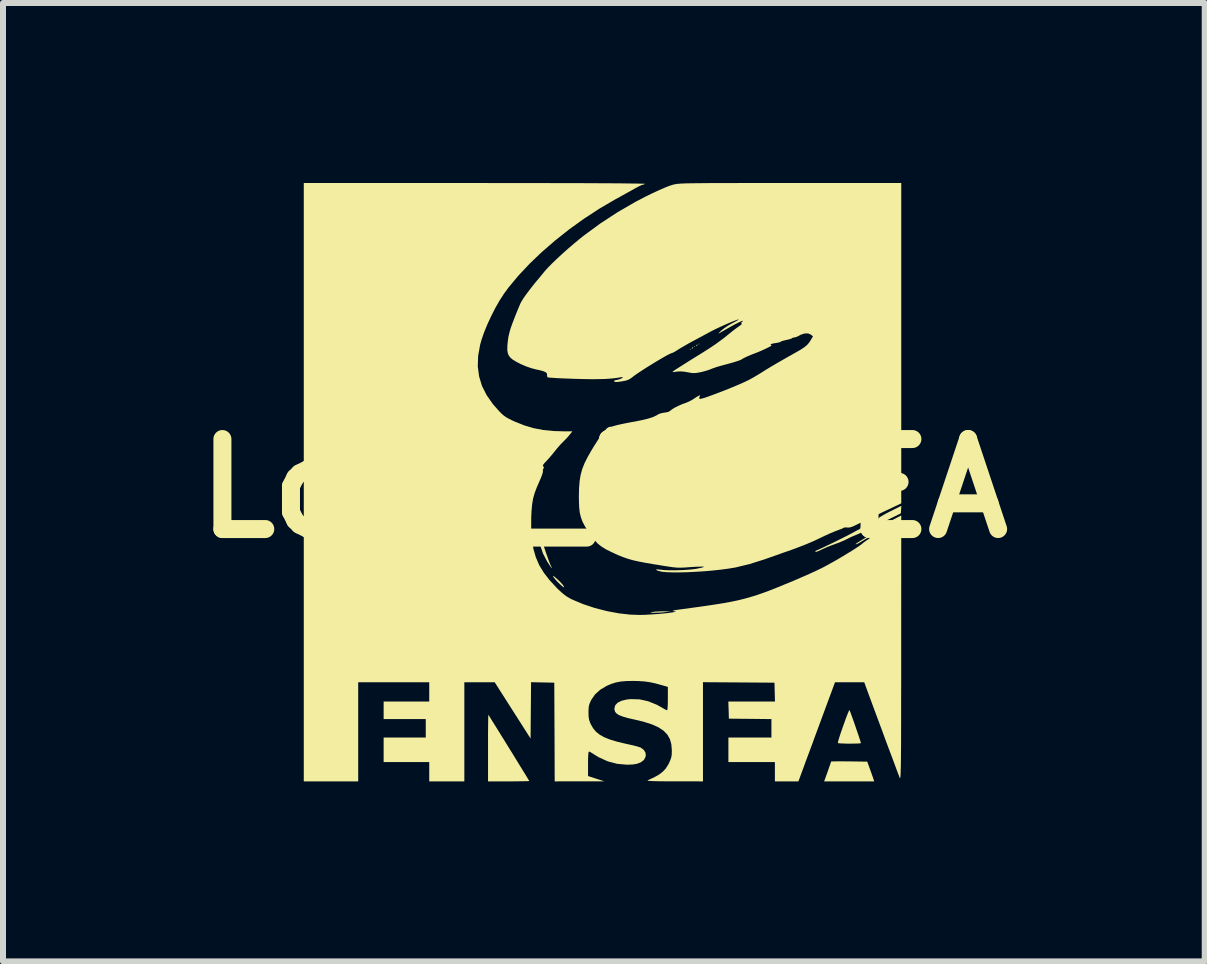
<source format=kicad_pcb>
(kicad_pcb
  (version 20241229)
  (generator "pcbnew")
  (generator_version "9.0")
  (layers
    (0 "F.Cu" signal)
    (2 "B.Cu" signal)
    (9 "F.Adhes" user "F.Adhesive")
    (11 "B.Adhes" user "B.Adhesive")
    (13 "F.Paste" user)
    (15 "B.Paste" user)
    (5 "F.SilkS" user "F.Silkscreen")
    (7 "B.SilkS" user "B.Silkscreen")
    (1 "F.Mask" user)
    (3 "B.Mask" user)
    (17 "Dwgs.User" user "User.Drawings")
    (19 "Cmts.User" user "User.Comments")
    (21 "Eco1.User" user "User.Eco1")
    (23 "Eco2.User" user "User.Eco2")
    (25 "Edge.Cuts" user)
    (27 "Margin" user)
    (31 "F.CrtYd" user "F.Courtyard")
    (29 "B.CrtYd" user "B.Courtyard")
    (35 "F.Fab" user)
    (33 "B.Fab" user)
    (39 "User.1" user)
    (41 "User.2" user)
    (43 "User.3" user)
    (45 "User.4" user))
  (footprint "Logo_ENSEA"
    (layer "F.Cu")
    (at 7.014 5.089)
    (property "Reference" "Logo_ENSEA" (at 0 0 0) (layer "F.SilkS") (effects (font (size 1.5 1.5) (thickness 0.3))))
    (attr board_only exclude_from_pos_files exclude_from_bom)
    (fp_poly (pts (xy 1.448 -2.318) (xy 1.44 -2.31) (xy 1.433 -2.318) (xy 1.44 -2.325)) (stroke (width 0) (type solid)) (fill yes) (layer "F.SilkS"))
    (fp_poly (pts (xy 1.521 -2.362) (xy 1.513 -2.354) (xy 1.506 -2.362) (xy 1.513 -2.369)) (stroke (width 0) (type solid)) (fill yes) (layer "F.SilkS"))
    (fp_poly (pts (xy 1.594 -2.405) (xy 1.587 -2.398) (xy 1.579 -2.405) (xy 1.587 -2.413)) (stroke (width 0) (type solid)) (fill yes) (layer "F.SilkS"))
    (fp_poly (pts (xy 1.487 -2.345) (xy 1.484 -2.34) (xy 1.47 -2.326) (xy 1.468 -2.325) (xy 1.467 -2.334) (xy 1.47 -2.34) (xy 1.483 -2.354) (xy 1.486 -2.354)) (stroke (width 0) (type solid)) (fill yes) (layer "F.SilkS"))
    (fp_poly (pts (xy 1.56 -2.389) (xy 1.557 -2.384) (xy 1.544 -2.37) (xy 1.541 -2.369) (xy 1.54 -2.378) (xy 1.543 -2.384) (xy 1.556 -2.397) (xy 1.559 -2.398)) (stroke (width 0) (type solid)) (fill yes) (layer "F.SilkS"))
    (fp_poly (pts (xy 0.994 2.05) (xy 1.119 2.052) (xy 1.031 2.062) (xy 0.965 2.069) (xy 0.891 2.072) (xy 0.848 2.073) (xy 0.799 2.073) (xy 0.777 2.071) (xy 0.78 2.068) (xy 0.805 2.062) (xy 0.812 2.061) (xy 0.854 2.055) (xy 0.915 2.052) (xy 0.981 2.05)) (stroke (width 0) (type solid)) (fill yes) (layer "F.SilkS"))
    (fp_poly (pts (xy -0.839 1.462) (xy -0.815 1.479) (xy -0.783 1.507) (xy -0.746 1.541) (xy -0.712 1.576) (xy -0.684 1.608) (xy -0.671 1.627) (xy -0.662 1.649) (xy -0.672 1.648) (xy -0.701 1.626) (xy -0.748 1.581) (xy -0.763 1.567) (xy -0.802 1.525) (xy -0.832 1.489) (xy -0.847 1.465) (xy -0.848 1.461)) (stroke (width 0) (type solid)) (fill yes) (layer "F.SilkS"))
    (fp_poly (pts (xy 4.063 4.551) (xy 4.089 4.551) (xy 4.39 4.555) (xy 4.438 4.687) (xy 4.46 4.748) (xy 4.479 4.802) (xy 4.492 4.84) (xy 4.495 4.851) (xy 4.506 4.884) (xy 4.089 4.884) (xy 3.672 4.884) (xy 3.73 4.723) (xy 3.752 4.659) (xy 3.771 4.606) (xy 3.783 4.569) (xy 3.787 4.554) (xy 3.801 4.552) (xy 3.84 4.551) (xy 3.9 4.55) (xy 3.975 4.55)) (stroke (width 0) (type solid)) (fill yes) (layer "F.SilkS"))
    (fp_poly (pts (xy -1.068 0.737) (xy -1.052 0.793) (xy -1.039 0.841) (xy -1.019 0.906) (xy -0.995 0.982) (xy -0.968 1.063) (xy -0.941 1.14) (xy -0.916 1.209) (xy -0.896 1.261) (xy -0.884 1.289) (xy -0.868 1.321) (xy -0.867 1.331) (xy -0.878 1.319) (xy -0.901 1.287) (xy -0.933 1.237) (xy -0.944 1.221) (xy -1.015 1.084) (xy -1.065 0.937) (xy -1.091 0.796) (xy -1.094 0.739) (xy -1.091 0.71) (xy -1.081 0.71)) (stroke (width 0) (type solid)) (fill yes) (layer "F.SilkS"))
    (fp_poly (pts (xy 4.101 3.711) (xy 4.116 3.75) (xy 4.136 3.806) (xy 4.161 3.875) (xy 4.187 3.949) (xy 4.213 4.026) (xy 4.238 4.098) (xy 4.259 4.161) (xy 4.275 4.21) (xy 4.283 4.24) (xy 4.285 4.246) (xy 4.271 4.25) (xy 4.235 4.253) (xy 4.183 4.254) (xy 4.121 4.255) (xy 4.056 4.255) (xy 3.995 4.253) (xy 3.945 4.251) (xy 3.911 4.248) (xy 3.901 4.244) (xy 3.903 4.227) (xy 3.913 4.188) (xy 3.93 4.133) (xy 3.952 4.067) (xy 3.977 3.994) (xy 4.004 3.919) (xy 4.029 3.848) (xy 4.053 3.785) (xy 4.073 3.735) (xy 4.087 3.704) (xy 4.094 3.695)) (stroke (width 0) (type solid)) (fill yes) (layer "F.SilkS"))
    (fp_poly (pts (xy -1.915 3.788) (xy -1.893 3.824) (xy -1.859 3.879) (xy -1.815 3.949) (xy -1.764 4.031) (xy -1.707 4.123) (xy -1.646 4.221) (xy -1.584 4.322) (xy -1.521 4.423) (xy -1.461 4.521) (xy -1.404 4.614) (xy -1.353 4.697) (xy -1.309 4.768) (xy -1.275 4.824) (xy -1.253 4.861) (xy -1.243 4.877) (xy -1.243 4.878) (xy -1.257 4.88) (xy -1.296 4.881) (xy -1.356 4.882) (xy -1.434 4.883) (xy -1.524 4.884) (xy -1.587 4.884) (xy -1.93 4.884) (xy -1.93 4.326) (xy -1.93 4.202) (xy -1.93 4.087) (xy -1.929 3.986) (xy -1.928 3.901) (xy -1.927 3.835) (xy -1.926 3.792) (xy -1.925 3.774) (xy -1.925 3.774)) (stroke (width 0) (type solid)) (fill yes) (layer "F.SilkS"))
    (fp_poly (pts (xy 4.954 0.354) (xy 4.95 0.417) (xy 4.635 0.573) (xy 4.539 0.62) (xy 4.444 0.666) (xy 4.356 0.708) (xy 4.281 0.743) (xy 4.223 0.768) (xy 4.204 0.776) (xy 4.144 0.801) (xy 4.089 0.826) (xy 4.049 0.846) (xy 4.042 0.85) (xy 4.008 0.867) (xy 3.956 0.889) (xy 3.893 0.914) (xy 3.859 0.926) (xy 3.792 0.951) (xy 3.727 0.977) (xy 3.676 0.999) (xy 3.659 1.007) (xy 3.593 1.039) (xy 3.549 1.056) (xy 3.528 1.058) (xy 3.524 1.052) (xy 3.534 1.039) (xy 3.537 1.038) (xy 3.554 1.032) (xy 3.592 1.015) (xy 3.647 0.989) (xy 3.714 0.957) (xy 3.79 0.921) (xy 3.868 0.883) (xy 3.944 0.845) (xy 4.015 0.81) (xy 4.075 0.779) (xy 4.119 0.756) (xy 4.138 0.746) (xy 4.169 0.728) (xy 4.22 0.701) (xy 4.285 0.666) (xy 4.358 0.629) (xy 4.39 0.612) (xy 4.459 0.576) (xy 4.516 0.543) (xy 4.558 0.517) (xy 4.581 0.5) (xy 4.583 0.496) (xy 4.593 0.485) (xy 4.625 0.465) (xy 4.674 0.436) (xy 4.736 0.403) (xy 4.767 0.387) (xy 4.959 0.291)) (stroke (width 0) (type solid)) (fill yes) (layer "F.SilkS"))
    (fp_poly (pts (xy 4.957 -2.42) (xy 4.957 0.25) (xy 4.793 0.328) (xy 4.717 0.364) (xy 4.626 0.407) (xy 4.529 0.454) (xy 4.437 0.498) (xy 4.416 0.508) (xy 4.339 0.545) (xy 4.267 0.579) (xy 4.207 0.608) (xy 4.163 0.629) (xy 4.149 0.636) (xy 4.095 0.653) (xy 4.052 0.653) (xy 4.018 0.651) (xy 3.998 0.657) (xy 3.978 0.668) (xy 3.939 0.684) (xy 3.89 0.702) (xy 3.834 0.724) (xy 3.763 0.754) (xy 3.69 0.787) (xy 3.656 0.803) (xy 3.514 0.871) (xy 3.377 0.93) (xy 3.234 0.986) (xy 3.076 1.044) (xy 3.056 1.05) (xy 2.964 1.082) (xy 2.864 1.118) (xy 2.767 1.152) (xy 2.685 1.181) (xy 2.676 1.184) (xy 2.433 1.261) (xy 2.198 1.318) (xy 2.079 1.338) (xy 1.951 1.355) (xy 1.814 1.37) (xy 1.673 1.382) (xy 1.531 1.391) (xy 1.393 1.398) (xy 1.265 1.401) (xy 1.15 1.401) (xy 1.052 1.398) (xy 0.977 1.391) (xy 0.95 1.386) (xy 0.9 1.373) (xy 0.874 1.361) (xy 0.872 1.353) (xy 0.896 1.351) (xy 0.936 1.355) (xy 1.015 1.363) (xy 1.114 1.366) (xy 1.224 1.365) (xy 1.337 1.361) (xy 1.444 1.353) (xy 1.535 1.342) (xy 1.566 1.336) (xy 1.628 1.323) (xy 1.662 1.313) (xy 1.669 1.307) (xy 1.647 1.304) (xy 1.597 1.305) (xy 1.519 1.308) (xy 1.438 1.313) (xy 1.374 1.318) (xy 1.322 1.321) (xy 1.277 1.322) (xy 1.235 1.322) (xy 1.191 1.319) (xy 1.139 1.313) (xy 1.076 1.304) (xy 0.997 1.292) (xy 0.896 1.275) (xy 0.819 1.263) (xy 0.687 1.24) (xy 0.577 1.219) (xy 0.484 1.198) (xy 0.401 1.174) (xy 0.323 1.147) (xy 0.242 1.115) (xy 0.153 1.074) (xy 0.127 1.062) (xy 0.034 1.016) (xy -0.04 0.97) (xy -0.103 0.92) (xy -0.16 0.859) (xy -0.219 0.781) (xy -0.263 0.715) (xy -0.316 0.631) (xy -0.355 0.557) (xy -0.382 0.484) (xy -0.401 0.407) (xy -0.411 0.319) (xy -0.415 0.213) (xy -0.416 0.132) (xy -0.413 -0.003) (xy -0.404 -0.119) (xy -0.387 -0.222) (xy -0.361 -0.319) (xy -0.323 -0.416) (xy -0.271 -0.52) (xy -0.204 -0.637) (xy -0.169 -0.695) (xy -0.097 -0.808) (xy -0.037 -0.896) (xy 0.013 -0.96) (xy 0.052 -1.002) (xy 0.083 -1.021) (xy 0.094 -1.024) (xy 0.129 -1.028) (xy 0.175 -1.041) (xy 0.188 -1.045) (xy 0.225 -1.055) (xy 0.283 -1.068) (xy 0.355 -1.083) (xy 0.436 -1.099) (xy 0.464 -1.104) (xy 0.612 -1.132) (xy 0.731 -1.16) (xy 0.821 -1.189) (xy 0.882 -1.218) (xy 0.895 -1.227) (xy 0.929 -1.244) (xy 0.979 -1.257) (xy 1.008 -1.261) (xy 1.073 -1.273) (xy 1.11 -1.295) (xy 1.111 -1.296) (xy 1.138 -1.318) (xy 1.186 -1.347) (xy 1.245 -1.376) (xy 1.308 -1.404) (xy 1.367 -1.425) (xy 1.368 -1.425) (xy 1.413 -1.444) (xy 1.467 -1.472) (xy 1.505 -1.496) (xy 1.554 -1.528) (xy 1.588 -1.546) (xy 1.605 -1.55) (xy 1.601 -1.537) (xy 1.597 -1.531) (xy 1.589 -1.506) (xy 1.592 -1.495) (xy 1.604 -1.491) (xy 1.634 -1.496) (xy 1.683 -1.51) (xy 1.754 -1.535) (xy 1.85 -1.57) (xy 1.851 -1.571) (xy 2.004 -1.629) (xy 2.133 -1.681) (xy 2.243 -1.727) (xy 2.338 -1.769) (xy 2.421 -1.809) (xy 2.496 -1.85) (xy 2.568 -1.893) (xy 2.622 -1.926) (xy 2.688 -1.968) (xy 2.775 -2.021) (xy 2.875 -2.08) (xy 2.983 -2.142) (xy 3.092 -2.204) (xy 3.193 -2.261) (xy 3.277 -2.309) (xy 3.339 -2.35) (xy 3.385 -2.387) (xy 3.42 -2.427) (xy 3.446 -2.467) (xy 3.486 -2.534) (xy 3.45 -2.562) (xy 3.405 -2.582) (xy 3.346 -2.581) (xy 3.282 -2.56) (xy 3.253 -2.544) (xy 3.213 -2.524) (xy 3.179 -2.515) (xy 3.176 -2.515) (xy 3.148 -2.51) (xy 3.138 -2.502) (xy 3.12 -2.493) (xy 3.083 -2.482) (xy 3.042 -2.473) (xy 2.995 -2.462) (xy 2.96 -2.451) (xy 2.947 -2.443) (xy 2.93 -2.435) (xy 2.892 -2.426) (xy 2.859 -2.421) (xy 2.815 -2.413) (xy 2.786 -2.404) (xy 2.778 -2.397) (xy 2.79 -2.384) (xy 2.797 -2.383) (xy 2.794 -2.378) (xy 2.771 -2.364) (xy 2.731 -2.343) (xy 2.681 -2.319) (xy 2.625 -2.294) (xy 2.571 -2.271) (xy 2.53 -2.255) (xy 2.463 -2.229) (xy 2.4 -2.203) (xy 2.349 -2.179) (xy 2.315 -2.161) (xy 2.306 -2.155) (xy 2.282 -2.141) (xy 2.234 -2.123) (xy 2.161 -2.1) (xy 2.06 -2.072) (xy 2.018 -2.061) (xy 1.945 -2.041) (xy 1.877 -2.021) (xy 1.822 -2.002) (xy 1.791 -1.99) (xy 1.748 -1.973) (xy 1.688 -1.955) (xy 1.624 -1.938) (xy 1.62 -1.937) (xy 1.554 -1.925) (xy 1.505 -1.92) (xy 1.46 -1.923) (xy 1.422 -1.93) (xy 1.343 -1.944) (xy 1.28 -1.949) (xy 1.219 -1.946) (xy 1.184 -1.941) (xy 1.159 -1.937) (xy 1.146 -1.938) (xy 1.149 -1.945) (xy 1.169 -1.961) (xy 1.209 -1.988) (xy 1.272 -2.028) (xy 1.28 -2.033) (xy 1.349 -2.077) (xy 1.435 -2.131) (xy 1.528 -2.189) (xy 1.621 -2.246) (xy 1.667 -2.275) (xy 1.755 -2.331) (xy 1.848 -2.393) (xy 1.937 -2.457) (xy 2.014 -2.515) (xy 2.047 -2.542) (xy 2.109 -2.592) (xy 2.168 -2.639) (xy 2.219 -2.677) (xy 2.254 -2.702) (xy 2.257 -2.704) (xy 2.292 -2.729) (xy 2.299 -2.746) (xy 2.295 -2.749) (xy 2.288 -2.762) (xy 2.305 -2.776) (xy 2.321 -2.789) (xy 2.311 -2.793) (xy 2.29 -2.785) (xy 2.247 -2.765) (xy 2.184 -2.733) (xy 2.106 -2.69) (xy 2.016 -2.639) (xy 1.945 -2.598) (xy 1.918 -2.583) (xy 1.91 -2.581) (xy 1.92 -2.593) (xy 1.951 -2.623) (xy 1.959 -2.631) (xy 2.005 -2.668) (xy 2.066 -2.709) (xy 2.129 -2.746) (xy 2.14 -2.751) (xy 2.19 -2.778) (xy 2.228 -2.799) (xy 2.247 -2.813) (xy 2.249 -2.816) (xy 2.233 -2.813) (xy 2.196 -2.8) (xy 2.142 -2.779) (xy 2.077 -2.752) (xy 2.005 -2.72) (xy 1.932 -2.687) (xy 1.862 -2.654) (xy 1.8 -2.623) (xy 1.769 -2.607) (xy 1.705 -2.572) (xy 1.625 -2.529) (xy 1.542 -2.484) (xy 1.477 -2.45) (xy 1.404 -2.41) (xy 1.333 -2.369) (xy 1.271 -2.333) (xy 1.229 -2.306) (xy 1.184 -2.278) (xy 1.147 -2.259) (xy 1.126 -2.252) (xy 1.106 -2.244) (xy 1.065 -2.224) (xy 1.008 -2.192) (xy 0.939 -2.152) (xy 0.863 -2.107) (xy 0.784 -2.058) (xy 0.706 -2.01) (xy 0.633 -1.963) (xy 0.57 -1.921) (xy 0.52 -1.887) (xy 0.498 -1.87) (xy 0.449 -1.833) (xy 0.407 -1.809) (xy 0.361 -1.794) (xy 0.301 -1.783) (xy 0.237 -1.774) (xy 0.196 -1.773) (xy 0.175 -1.779) (xy 0.172 -1.781) (xy 0.17 -1.793) (xy 0.192 -1.802) (xy 0.217 -1.807) (xy 0.262 -1.818) (xy 0.297 -1.834) (xy 0.303 -1.838) (xy 0.317 -1.851) (xy 0.311 -1.855) (xy 0.279 -1.851) (xy 0.278 -1.85) (xy 0.197 -1.838) (xy 0.113 -1.829) (xy 0.023 -1.823) (xy -0.079 -1.82) (xy -0.197 -1.819) (xy -0.335 -1.821) (xy -0.485 -1.825) (xy -0.595 -1.829) (xy -0.696 -1.833) (xy -0.784 -1.837) (xy -0.856 -1.842) (xy -0.906 -1.845) (xy -0.933 -1.849) (xy -0.936 -1.85) (xy -0.947 -1.871) (xy -0.946 -1.888) (xy -0.948 -1.913) (xy -0.969 -1.935) (xy -1.013 -1.954) (xy -1.083 -1.972) (xy -1.126 -1.981) (xy -1.207 -2.002) (xy -1.294 -2.032) (xy -1.381 -2.069) (xy -1.459 -2.109) (xy -1.522 -2.148) (xy -1.555 -2.176) (xy -1.584 -2.213) (xy -1.601 -2.254) (xy -1.609 -2.306) (xy -1.608 -2.375) (xy -1.6 -2.458) (xy -1.59 -2.526) (xy -1.575 -2.591) (xy -1.555 -2.662) (xy -1.525 -2.747) (xy -1.498 -2.817) (xy -1.467 -2.897) (xy -1.436 -2.973) (xy -1.409 -3.038) (xy -1.388 -3.086) (xy -1.381 -3.1) (xy -1.352 -3.149) (xy -1.307 -3.215) (xy -1.249 -3.293) (xy -1.182 -3.38) (xy -1.123 -3.452) (xy -1.087 -3.494) (xy -1.042 -3.549) (xy -0.995 -3.607) (xy -0.984 -3.62) (xy -0.934 -3.676) (xy -0.865 -3.746) (xy -0.782 -3.826) (xy -0.689 -3.912) (xy -0.59 -4) (xy -0.489 -4.086) (xy -0.391 -4.167) (xy -0.341 -4.207) (xy -0.061 -4.413) (xy 0.232 -4.604) (xy 0.529 -4.776) (xy 0.702 -4.866) (xy 0.817 -4.922) (xy 0.924 -4.971) (xy 1.016 -5.011) (xy 1.091 -5.041) (xy 1.144 -5.058) (xy 1.144 -5.058) (xy 1.161 -5.063) (xy 1.179 -5.067) (xy 1.198 -5.07) (xy 1.22 -5.074) (xy 1.248 -5.076) (xy 1.282 -5.079) (xy 1.324 -5.081) (xy 1.376 -5.083) (xy 1.439 -5.084) (xy 1.516 -5.085) (xy 1.607 -5.086) (xy 1.714 -5.087) (xy 1.839 -5.088) (xy 1.983 -5.088) (xy 2.148 -5.088) (xy 2.335 -5.089) (xy 2.547 -5.089) (xy 2.785 -5.089) (xy 3.05 -5.089) (xy 3.108 -5.089) (xy 4.957 -5.089)) (stroke (width 0) (type solid)) (fill yes) (layer "F.SilkS"))
    (fp_poly (pts (xy -2.146 -5.089) (xy -1.774 -5.088) (xy -1.426 -5.088) (xy -1.104 -5.088) (xy -0.807 -5.087) (xy -0.536 -5.087) (xy -0.291 -5.086) (xy -0.073 -5.085) (xy 0.119 -5.084) (xy 0.283 -5.083) (xy 0.42 -5.081) (xy 0.529 -5.08) (xy 0.61 -5.078) (xy 0.662 -5.077) (xy 0.686 -5.075) (xy 0.687 -5.074) (xy 0.658 -5.062) (xy 0.647 -5.06) (xy 0.626 -5.053) (xy 0.588 -5.035) (xy 0.537 -5.008) (xy 0.515 -4.996) (xy 0.462 -4.966) (xy 0.391 -4.927) (xy 0.31 -4.882) (xy 0.226 -4.835) (xy 0.183 -4.812) (xy -0.073 -4.662) (xy -0.326 -4.497) (xy -0.573 -4.32) (xy -0.809 -4.133) (xy -1.032 -3.94) (xy -1.238 -3.743) (xy -1.424 -3.545) (xy -1.587 -3.349) (xy -1.663 -3.246) (xy -1.733 -3.138) (xy -1.805 -3.013) (xy -1.874 -2.877) (xy -1.939 -2.738) (xy -1.995 -2.602) (xy -2.038 -2.477) (xy -2.062 -2.392) (xy -2.095 -2.207) (xy -2.101 -2.032) (xy -2.079 -1.866) (xy -2.031 -1.707) (xy -1.954 -1.554) (xy -1.849 -1.404) (xy -1.756 -1.298) (xy -1.709 -1.249) (xy -1.668 -1.213) (xy -1.627 -1.184) (xy -1.576 -1.156) (xy -1.508 -1.123) (xy -1.486 -1.113) (xy -1.329 -1.05) (xy -1.172 -1.003) (xy -1.009 -0.972) (xy -0.833 -0.955) (xy -0.663 -0.95) (xy -0.524 -0.95) (xy -0.57 -0.893) (xy -0.607 -0.849) (xy -0.654 -0.8) (xy -0.682 -0.772) (xy -0.727 -0.726) (xy -0.776 -0.67) (xy -0.815 -0.621) (xy -0.862 -0.563) (xy -0.916 -0.5) (xy -0.956 -0.456) (xy -0.995 -0.415) (xy -1.014 -0.388) (xy -1.016 -0.372) (xy -1.01 -0.366) (xy -0.997 -0.351) (xy -1.007 -0.332) (xy -1.017 -0.303) (xy -1.015 -0.288) (xy -1.017 -0.265) (xy -1.03 -0.223) (xy -1.051 -0.169) (xy -1.066 -0.134) (xy -1.116 -0.02) (xy -1.153 0.078) (xy -1.179 0.17) (xy -1.195 0.266) (xy -1.205 0.374) (xy -1.21 0.479) (xy -1.211 0.677) (xy -1.199 0.852) (xy -1.174 1.008) (xy -1.133 1.15) (xy -1.076 1.282) (xy -0.999 1.408) (xy -0.903 1.532) (xy -0.784 1.66) (xy -0.759 1.685) (xy -0.689 1.749) (xy -0.625 1.798) (xy -0.558 1.838) (xy -0.523 1.855) (xy -0.347 1.929) (xy -0.155 1.993) (xy 0.046 2.045) (xy 0.247 2.083) (xy 0.441 2.105) (xy 0.6 2.11) (xy 0.688 2.108) (xy 0.79 2.102) (xy 0.895 2.095) (xy 0.996 2.086) (xy 1.085 2.076) (xy 1.153 2.066) (xy 1.155 2.066) (xy 1.206 2.057) (xy 1.163 2.048) (xy 1.149 2.043) (xy 1.157 2.037) (xy 1.189 2.03) (xy 1.248 2.021) (xy 1.258 2.02) (xy 1.457 1.993) (xy 1.63 1.969) (xy 1.781 1.947) (xy 1.912 1.927) (xy 2.026 1.908) (xy 2.128 1.889) (xy 2.219 1.87) (xy 2.303 1.85) (xy 2.383 1.829) (xy 2.462 1.806) (xy 2.544 1.781) (xy 2.559 1.776) (xy 2.648 1.745) (xy 2.757 1.705) (xy 2.881 1.656) (xy 3.015 1.601) (xy 3.154 1.544) (xy 3.29 1.485) (xy 3.42 1.428) (xy 3.536 1.375) (xy 3.635 1.327) (xy 3.64 1.325) (xy 3.708 1.289) (xy 3.787 1.245) (xy 3.875 1.196) (xy 3.965 1.143) (xy 4.054 1.089) (xy 4.136 1.039) (xy 4.208 0.993) (xy 4.263 0.956) (xy 4.298 0.93) (xy 4.3 0.928) (xy 4.343 0.893) (xy 4.388 0.862) (xy 4.399 0.855) (xy 4.429 0.834) (xy 4.445 0.818) (xy 4.445 0.816) (xy 4.434 0.813) (xy 4.403 0.824) (xy 4.356 0.848) (xy 4.298 0.884) (xy 4.289 0.889) (xy 4.246 0.915) (xy 4.212 0.93) (xy 4.196 0.933) (xy 4.202 0.924) (xy 4.23 0.904) (xy 4.276 0.875) (xy 4.336 0.839) (xy 4.384 0.811) (xy 4.453 0.772) (xy 4.512 0.738) (xy 4.555 0.711) (xy 4.58 0.695) (xy 4.585 0.69) (xy 4.57 0.692) (xy 4.548 0.702) (xy 4.521 0.712) (xy 4.508 0.711) (xy 4.515 0.699) (xy 4.545 0.676) (xy 4.597 0.644) (xy 4.666 0.604) (xy 4.751 0.558) (xy 4.8 0.533) (xy 4.957 0.452) (xy 4.956 2.664) (xy 4.956 2.963) (xy 4.956 3.233) (xy 4.955 3.477) (xy 4.955 3.696) (xy 4.955 3.89) (xy 4.954 4.062) (xy 4.954 4.212) (xy 4.953 4.343) (xy 4.952 4.454) (xy 4.951 4.549) (xy 4.95 4.627) (xy 4.948 4.69) (xy 4.947 4.74) (xy 4.945 4.777) (xy 4.943 4.804) (xy 4.941 4.821) (xy 4.939 4.829) (xy 4.936 4.831) (xy 4.933 4.827) (xy 4.932 4.826) (xy 4.924 4.805) (xy 4.907 4.761) (xy 4.882 4.695) (xy 4.851 4.611) (xy 4.814 4.511) (xy 4.772 4.4) (xy 4.727 4.28) (xy 4.68 4.154) (xy 4.633 4.025) (xy 4.585 3.896) (xy 4.538 3.77) (xy 4.494 3.651) (xy 4.454 3.542) (xy 4.418 3.445) (xy 4.388 3.363) (xy 4.365 3.301) (xy 4.355 3.272) (xy 4.34 3.232) (xy 4.097 3.232) (xy 3.853 3.232) (xy 3.63 3.835) (xy 3.58 3.971) (xy 3.529 4.108) (xy 3.481 4.24) (xy 3.435 4.364) (xy 3.394 4.474) (xy 3.359 4.568) (xy 3.333 4.64) (xy 3.325 4.661) (xy 3.243 4.884) (xy 3.047 4.884) (xy 2.851 4.884) (xy 2.851 4.723) (xy 2.851 4.562) (xy 2.464 4.562) (xy 2.076 4.562) (xy 2.076 4.358) (xy 2.076 4.153) (xy 2.435 4.153) (xy 2.793 4.153) (xy 2.793 4) (xy 2.793 3.846) (xy 2.438 3.842) (xy 2.084 3.839) (xy 2.08 3.696) (xy 2.075 3.553) (xy 2.464 3.553) (xy 2.852 3.553) (xy 2.848 3.396) (xy 2.844 3.239) (xy 2.248 3.235) (xy 1.652 3.231) (xy 1.652 4.058) (xy 1.652 4.884) (xy 1.173 4.883) (xy 1.037 4.883) (xy 0.927 4.882) (xy 0.843 4.88) (xy 0.784 4.878) (xy 0.746 4.875) (xy 0.729 4.871) (xy 0.73 4.867) (xy 0.731 4.866) (xy 0.836 4.818) (xy 0.918 4.772) (xy 0.981 4.724) (xy 1.03 4.672) (xy 1.07 4.61) (xy 1.085 4.582) (xy 1.11 4.526) (xy 1.125 4.48) (xy 1.132 4.431) (xy 1.133 4.366) (xy 1.133 4.365) (xy 1.125 4.265) (xy 1.101 4.179) (xy 1.058 4.104) (xy 0.995 4.039) (xy 0.91 3.983) (xy 0.801 3.934) (xy 0.666 3.891) (xy 0.513 3.854) (xy 0.401 3.829) (xy 0.316 3.804) (xy 0.254 3.78) (xy 0.212 3.753) (xy 0.187 3.723) (xy 0.177 3.687) (xy 0.176 3.668) (xy 0.19 3.616) (xy 0.23 3.573) (xy 0.294 3.541) (xy 0.379 3.52) (xy 0.447 3.513) (xy 0.596 3.517) (xy 0.74 3.549) (xy 0.883 3.607) (xy 0.957 3.648) (xy 1.002 3.674) (xy 1.037 3.693) (xy 1.055 3.7) (xy 1.059 3.686) (xy 1.063 3.648) (xy 1.066 3.592) (xy 1.067 3.523) (xy 1.067 3.504) (xy 1.067 3.309) (xy 0.961 3.279) (xy 0.853 3.249) (xy 0.76 3.23) (xy 0.671 3.218) (xy 0.575 3.212) (xy 0.49 3.21) (xy 0.376 3.212) (xy 0.282 3.22) (xy 0.202 3.235) (xy 0.125 3.259) (xy 0.05 3.291) (xy -0.058 3.355) (xy -0.146 3.434) (xy -0.21 3.526) (xy -0.215 3.536) (xy -0.237 3.586) (xy -0.25 3.631) (xy -0.255 3.685) (xy -0.256 3.736) (xy -0.254 3.804) (xy -0.246 3.855) (xy -0.231 3.901) (xy -0.215 3.936) (xy -0.177 4.001) (xy -0.13 4.057) (xy -0.07 4.105) (xy 0.006 4.148) (xy 0.1 4.186) (xy 0.216 4.221) (xy 0.357 4.255) (xy 0.424 4.27) (xy 0.492 4.285) (xy 0.553 4.301) (xy 0.598 4.315) (xy 0.617 4.322) (xy 0.669 4.362) (xy 0.696 4.411) (xy 0.699 4.464) (xy 0.675 4.516) (xy 0.661 4.533) (xy 0.615 4.567) (xy 0.556 4.59) (xy 0.479 4.603) (xy 0.386 4.606) (xy 0.224 4.592) (xy 0.065 4.55) (xy -0.087 4.481) (xy -0.171 4.429) (xy -0.209 4.405) (xy -0.238 4.389) (xy -0.248 4.387) (xy -0.255 4.401) (xy -0.26 4.445) (xy -0.263 4.517) (xy -0.263 4.591) (xy -0.263 4.795) (xy -0.128 4.839) (xy 0.007 4.883) (xy -0.406 4.883) (xy -0.819 4.884) (xy -0.822 4.062) (xy -0.826 3.239) (xy -1.02 3.235) (xy -1.213 3.231) (xy -1.217 3.7) (xy -1.221 4.17) (xy -1.52 3.701) (xy -1.819 3.232) (xy -2.072 3.232) (xy -2.325 3.232) (xy -2.325 4.058) (xy -2.325 4.884) (xy -2.618 4.884) (xy -2.91 4.884) (xy -2.91 4.723) (xy -2.91 4.562) (xy -3.29 4.562) (xy -3.67 4.562) (xy -3.67 4.358) (xy -3.67 4.153) (xy -3.319 4.153) (xy -2.968 4.153) (xy -2.968 3.999) (xy -2.968 3.846) (xy -3.319 3.846) (xy -3.67 3.846) (xy -3.67 3.7) (xy -3.67 3.553) (xy -3.29 3.553) (xy -2.91 3.553) (xy -2.91 3.393) (xy -2.91 3.232) (xy -3.502 3.232) (xy -4.094 3.232) (xy -4.094 4.058) (xy -4.094 4.884) (xy -4.548 4.884) (xy -5.001 4.884) (xy -5.001 -0.102) (xy -5.001 -5.089)) (stroke (width 0) (type solid)) (fill yes) (layer "F.SilkS")))
  (gr_rect
    (start -3 -3)
    (end 17.029 12.973)
    (stroke (width 0.1) (type default))
    (fill no)
    (layer "Edge.Cuts")))
</source>
